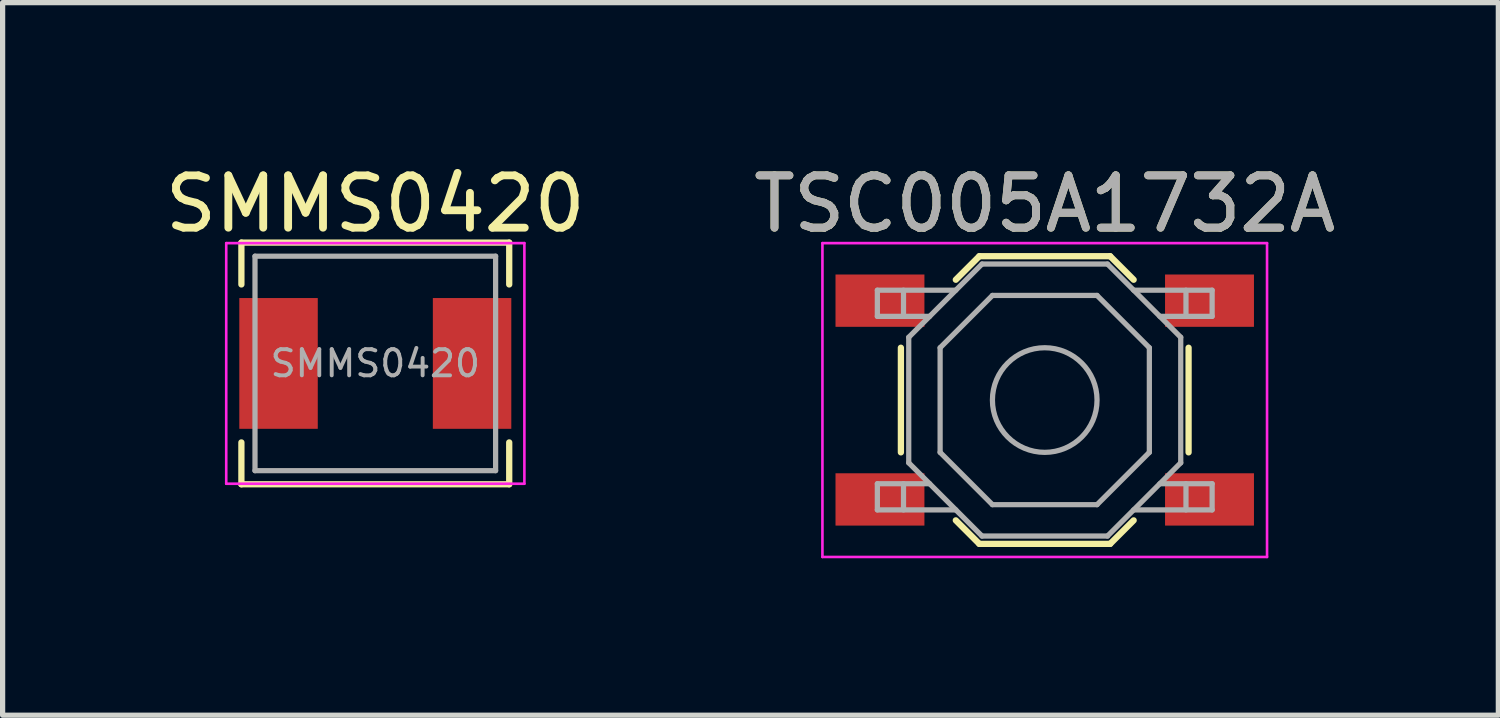
<source format=kicad_pcb>
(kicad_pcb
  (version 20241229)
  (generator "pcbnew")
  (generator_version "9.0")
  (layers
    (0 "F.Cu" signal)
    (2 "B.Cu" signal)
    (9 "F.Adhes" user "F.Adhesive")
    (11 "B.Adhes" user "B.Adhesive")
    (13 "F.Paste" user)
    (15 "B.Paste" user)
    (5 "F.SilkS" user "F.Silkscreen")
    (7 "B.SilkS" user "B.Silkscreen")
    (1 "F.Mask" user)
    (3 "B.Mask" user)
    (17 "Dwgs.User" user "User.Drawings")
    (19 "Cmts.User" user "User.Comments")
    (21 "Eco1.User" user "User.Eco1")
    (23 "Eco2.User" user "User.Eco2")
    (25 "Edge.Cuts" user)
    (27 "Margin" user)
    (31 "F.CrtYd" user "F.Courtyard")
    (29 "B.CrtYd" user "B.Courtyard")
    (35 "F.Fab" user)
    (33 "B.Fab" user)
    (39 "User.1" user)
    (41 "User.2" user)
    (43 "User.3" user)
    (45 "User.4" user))
  (footprint "TSC005A1732A"
    (layer "F.Cu")
    (at 16.923 4.598)
    (property "Reference" "TSC005A1732A" (at 0 -3.75 0) (layer "F.SilkS") (effects (font (size 1 1) (thickness 0.15))))
    (attr smd)
    (fp_line (start -2.75 -1) (end -2.75 1) (stroke (width 0.12) (type solid)) (layer "F.SilkS"))
    (fp_line (start -1.7 -2.3) (end -1.25 -2.75) (stroke (width 0.12) (type solid)) (layer "F.SilkS"))
    (fp_line (start -1.7 2.3) (end -1.25 2.75) (stroke (width 0.12) (type solid)) (layer "F.SilkS"))
    (fp_line (start -1.25 -2.75) (end 1.25 -2.75) (stroke (width 0.12) (type solid)) (layer "F.SilkS"))
    (fp_line (start -1.25 2.75) (end 1.25 2.75) (stroke (width 0.12) (type solid)) (layer "F.SilkS"))
    (fp_line (start 1.7 -2.3) (end 1.25 -2.75) (stroke (width 0.12) (type solid)) (layer "F.SilkS"))
    (fp_line (start 1.7 2.3) (end 1.25 2.75) (stroke (width 0.12) (type solid)) (layer "F.SilkS"))
    (fp_line (start 2.75 -1) (end 2.75 1) (stroke (width 0.12) (type solid)) (layer "F.SilkS"))
    (fp_line (start -4.25 -3) (end 4.25 -3) (stroke (width 0.05) (type solid)) (layer "F.CrtYd"))
    (fp_line (start -4.25 3) (end -4.25 -3) (stroke (width 0.05) (type solid)) (layer "F.CrtYd"))
    (fp_line (start 4.25 -3) (end 4.25 3) (stroke (width 0.05) (type solid)) (layer "F.CrtYd"))
    (fp_line (start 4.25 3) (end -4.25 3) (stroke (width 0.05) (type solid)) (layer "F.CrtYd"))
    (fp_line (start -3.2 -2.1) (end -3.2 -1.6) (stroke (width 0.1) (type solid)) (layer "F.Fab"))
    (fp_line (start -3.2 -1.6) (end -2.2 -1.6) (stroke (width 0.1) (type solid)) (layer "F.Fab"))
    (fp_line (start -3.2 1.6) (end -2.2 1.6) (stroke (width 0.1) (type solid)) (layer "F.Fab"))
    (fp_line (start -3.2 2.1) (end -3.2 1.6) (stroke (width 0.1) (type solid)) (layer "F.Fab"))
    (fp_line (start -2.7 -2.1) (end -2.7 -1.6) (stroke (width 0.1) (type solid)) (layer "F.Fab"))
    (fp_line (start -2.7 2.1) (end -2.7 1.6) (stroke (width 0.1) (type solid)) (layer "F.Fab"))
    (fp_line (start -2.6 -1.2) (end -2.6 1.2) (stroke (width 0.1) (type solid)) (layer "F.Fab"))
    (fp_line (start -2.6 1.2) (end -1.2 2.6) (stroke (width 0.1) (type solid)) (layer "F.Fab"))
    (fp_line (start -2 -1) (end -1 -2) (stroke (width 0.1) (type solid)) (layer "F.Fab"))
    (fp_line (start -2 1) (end -2 -1) (stroke (width 0.1) (type solid)) (layer "F.Fab"))
    (fp_line (start -1.7 -2.1) (end -3.2 -2.1) (stroke (width 0.1) (type solid)) (layer "F.Fab"))
    (fp_line (start -1.7 2.1) (end -3.2 2.1) (stroke (width 0.1) (type solid)) (layer "F.Fab"))
    (fp_line (start -1.2 -2.6) (end -2.6 -1.2) (stroke (width 0.1) (type solid)) (layer "F.Fab"))
    (fp_line (start -1.2 2.6) (end 1.2 2.6) (stroke (width 0.1) (type solid)) (layer "F.Fab"))
    (fp_line (start -1 -2) (end 1 -2) (stroke (width 0.1) (type solid)) (layer "F.Fab"))
    (fp_line (start -1 2) (end -2 1) (stroke (width 0.1) (type solid)) (layer "F.Fab"))
    (fp_line (start 1 -2) (end 2 -1) (stroke (width 0.1) (type solid)) (layer "F.Fab"))
    (fp_line (start 1 2) (end -1 2) (stroke (width 0.1) (type solid)) (layer "F.Fab"))
    (fp_line (start 1.2 -2.6) (end -1.2 -2.6) (stroke (width 0.1) (type solid)) (layer "F.Fab"))
    (fp_line (start 1.2 2.6) (end 2.6 1.2) (stroke (width 0.1) (type solid)) (layer "F.Fab"))
    (fp_line (start 1.7 -2.1) (end 3.2 -2.1) (stroke (width 0.1) (type solid)) (layer "F.Fab"))
    (fp_line (start 1.7 2.1) (end 3.2 2.1) (stroke (width 0.1) (type solid)) (layer "F.Fab"))
    (fp_line (start 2 -1) (end 2 1) (stroke (width 0.1) (type solid)) (layer "F.Fab"))
    (fp_line (start 2 1) (end 1 2) (stroke (width 0.1) (type solid)) (layer "F.Fab"))
    (fp_line (start 2.6 -1.2) (end 1.2 -2.6) (stroke (width 0.1) (type solid)) (layer "F.Fab"))
    (fp_line (start 2.6 1.2) (end 2.6 -1.2) (stroke (width 0.1) (type solid)) (layer "F.Fab"))
    (fp_line (start 2.7 -2.1) (end 2.7 -1.6) (stroke (width 0.1) (type solid)) (layer "F.Fab"))
    (fp_line (start 2.7 2.1) (end 2.7 1.6) (stroke (width 0.1) (type solid)) (layer "F.Fab"))
    (fp_line (start 3.2 -2.1) (end 3.2 -1.6) (stroke (width 0.1) (type solid)) (layer "F.Fab"))
    (fp_line (start 3.2 -1.6) (end 2.2 -1.6) (stroke (width 0.1) (type solid)) (layer "F.Fab"))
    (fp_line (start 3.2 1.6) (end 2.2 1.6) (stroke (width 0.1) (type solid)) (layer "F.Fab"))
    (fp_line (start 3.2 2.1) (end 3.2 1.6) (stroke (width 0.1) (type solid)) (layer "F.Fab"))
    (fp_circle (center 0 0) (end 1 0) (stroke (width 0.1) (type solid)) (fill no) (layer "F.Fab"))
    (fp_text user "${REFERENCE}" (at 0 -3.75 0) (layer "F.Fab") (effects (font (size 1 1) (thickness 0.15))))
    (pad "1" smd rect (at -3.15 -1.9) (size 1.7 1) (layers "F.Cu" "F.Mask" "F.Paste"))
    (pad "1" smd rect (at 3.15 -1.9) (size 1.7 1) (layers "F.Cu" "F.Mask" "F.Paste"))
    (pad "2" smd rect (at -3.15 1.9) (size 1.7 1) (layers "F.Cu" "F.Mask" "F.Paste"))
    (pad "2" smd rect (at 3.15 1.9) (size 1.7 1) (layers "F.Cu" "F.Mask" "F.Paste")))
  (footprint "SMMS0420"
    (layer "F.Cu")
    (at 4.125 3.898)
    (property "Reference" "SMMS0420" (at 0 -3.05 0) (layer "F.SilkS") (effects (font (size 1 1) (thickness 0.15))))
    (attr smd)
    (fp_line (start -2.56 -2.31) (end -2.56 -1.51) (stroke (width 0.12) (type solid)) (layer "F.SilkS"))
    (fp_line (start -2.56 -2.31) (end 2.56 -2.31) (stroke (width 0.12) (type solid)) (layer "F.SilkS"))
    (fp_line (start -2.56 2.31) (end -2.56 1.51) (stroke (width 0.12) (type solid)) (layer "F.SilkS"))
    (fp_line (start -2.56 2.31) (end 2.56 2.31) (stroke (width 0.12) (type solid)) (layer "F.SilkS"))
    (fp_line (start 2.56 -2.31) (end 2.56 -1.51) (stroke (width 0.12) (type solid)) (layer "F.SilkS"))
    (fp_line (start 2.56 2.31) (end 2.56 1.51) (stroke (width 0.12) (type solid)) (layer "F.SilkS"))
    (fp_line (start -2.85 -2.3) (end -2.85 2.3) (stroke (width 0.05) (type solid)) (layer "F.CrtYd"))
    (fp_line (start -2.85 2.3) (end 2.85 2.3) (stroke (width 0.05) (type solid)) (layer "F.CrtYd"))
    (fp_line (start 2.85 -2.3) (end -2.85 -2.3) (stroke (width 0.05) (type solid)) (layer "F.CrtYd"))
    (fp_line (start 2.85 2.3) (end 2.85 -2.3) (stroke (width 0.05) (type solid)) (layer "F.CrtYd"))
    (fp_line (start -2.3 -2.05) (end -2.3 2.05) (stroke (width 0.1) (type solid)) (layer "F.Fab"))
    (fp_line (start -2.3 2.05) (end 2.3 2.05) (stroke (width 0.1) (type solid)) (layer "F.Fab"))
    (fp_line (start 2.3 -2.05) (end -2.3 -2.05) (stroke (width 0.1) (type solid)) (layer "F.Fab"))
    (fp_line (start 2.3 2.05) (end 2.3 -2.05) (stroke (width 0.1) (type solid)) (layer "F.Fab"))
    (fp_text user "${REFERENCE}" (at 0 0 0) (layer "F.Fab") (effects (font (size 0.5 0.5) (thickness 0.075))))
    (pad "1" smd rect (at -1.85 0) (size 1.5 2.5) (layers "F.Cu" "F.Mask" "F.Paste"))
    (pad "2" smd rect (at 1.85 0) (size 1.5 2.5) (layers "F.Cu" "F.Mask" "F.Paste")))
  (gr_rect
    (start -3 -3)
    (end 25.595 10.623)
    (stroke (width 0.1) (type default))
    (fill no)
    (layer "Edge.Cuts")))
</source>
